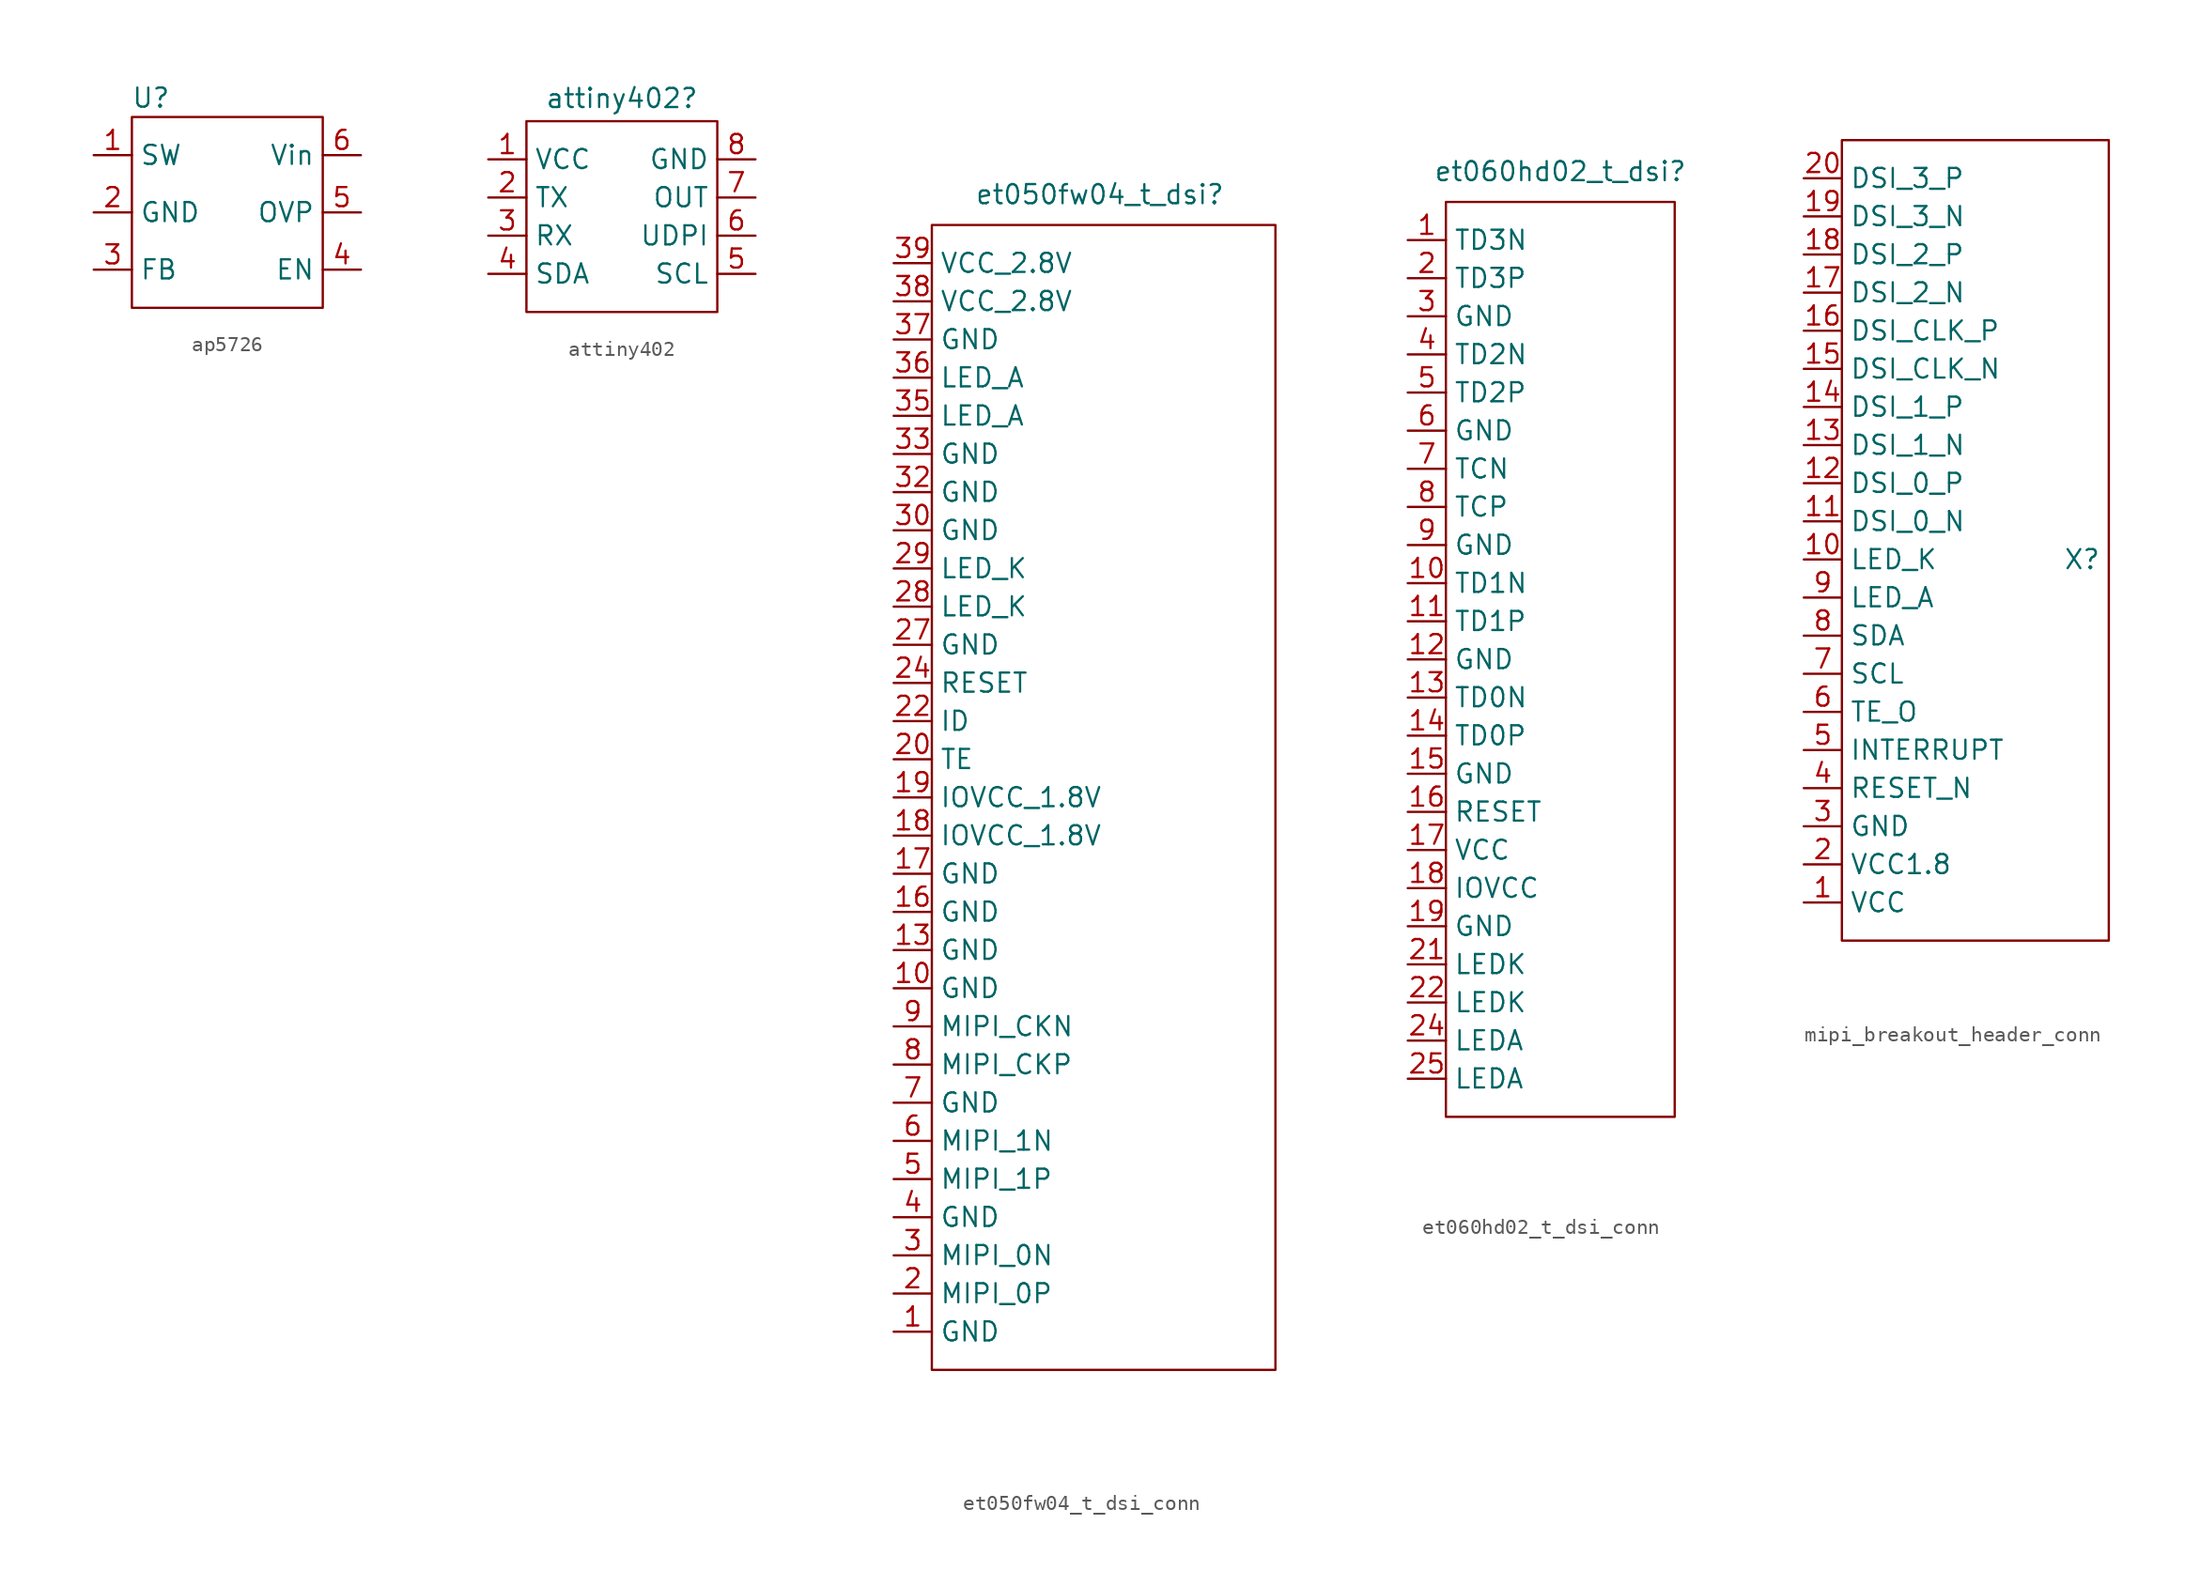
<source format=kicad_sym>
(kicad_symbol_lib
  (version 20241209)
  (generator "kicad_symbol_editor")
  (generator_version "9.0")
  (symbol "ap5726"
    (property "Reference" "U"
      (at 0 0 0)
      (effects (font (size 1.27 1.27))))
    (property "Value" ""
      (at 0 0 0)
      (effects (font (size 1.27 1.27))))
    (symbol "ap5726_0_1"
      (rectangle (start -1.27 -1.27) (end 11.43 -13.97) (stroke (width 0) (type default)) (fill (type none))))
    (symbol "ap5726_1_1"
      (pin input line (at -3.81 -3.81 0) (length 2.54) (name "SW" (effects (font (size 1.27 1.27)))) (number "1" (effects (font (size 1.27 1.27)))))
      (pin power_in line (at -3.81 -7.62 0) (length 2.54) (name "GND" (effects (font (size 1.27 1.27)))) (number "2" (effects (font (size 1.27 1.27)))))
      (pin input line (at -3.81 -11.43 0) (length 2.54) (name "FB" (effects (font (size 1.27 1.27)))) (number "3" (effects (font (size 1.27 1.27)))))
      (pin power_in line (at 13.97 -3.81 180) (length 2.54) (name "Vin" (effects (font (size 1.27 1.27)))) (number "6" (effects (font (size 1.27 1.27)))))
      (pin input line (at 13.97 -7.62 180) (length 2.54) (name "OVP" (effects (font (size 1.27 1.27)))) (number "5" (effects (font (size 1.27 1.27)))))
      (pin input line (at 13.97 -11.43 180) (length 2.54) (name "EN" (effects (font (size 1.27 1.27)))) (number "4" (effects (font (size 1.27 1.27)))))))
  (symbol "attiny402"
    (property "Reference" "attiny402"
      (at 0 7.874 0)
      (effects (font (size 1.27 1.27))))
    (property "Value" ""
      (at 0 0 0)
      (effects (font (size 1.27 1.27))))
    (symbol "attiny402_0_1"
      (rectangle (start -6.35 6.35) (end 6.35 -6.35) (stroke (width 0) (type default)) (fill (type none))))
    (symbol "attiny402_1_1"
      (pin power_in line (at -8.89 3.81 0) (length 2.54) (name "VCC" (effects (font (size 1.27 1.27)))) (number "1" (effects (font (size 1.27 1.27)))))
      (pin output line (at -8.89 1.27 0) (length 2.54) (name "TX" (effects (font (size 1.27 1.27)))) (number "2" (effects (font (size 1.27 1.27)))))
      (pin input line (at -8.89 -1.27 0) (length 2.54) (name "RX" (effects (font (size 1.27 1.27)))) (number "3" (effects (font (size 1.27 1.27)))))
      (pin bidirectional line (at -8.89 -3.81 0) (length 2.54) (name "SDA" (effects (font (size 1.27 1.27)))) (number "4" (effects (font (size 1.27 1.27)))))
      (pin power_in line (at 8.89 3.81 180) (length 2.54) (name "GND" (effects (font (size 1.27 1.27)))) (number "8" (effects (font (size 1.27 1.27)))))
      (pin output line (at 8.89 1.27 180) (length 2.54) (name "OUT" (effects (font (size 1.27 1.27)))) (number "7" (effects (font (size 1.27 1.27)))))
      (pin input line (at 8.89 -1.27 180) (length 2.54) (name "UDPI" (effects (font (size 1.27 1.27)))) (number "6" (effects (font (size 1.27 1.27)))))
      (pin input line (at 8.89 -3.81 180) (length 2.54) (name "SCL" (effects (font (size 1.27 1.27)))) (number "5" (effects (font (size 1.27 1.27)))))))
  (symbol "et050fw04_t_dsi_conn"
    (property "Reference" "et050fw04_t_dsi"
      (at -0.254 40.132 0)
      (effects (font (size 1.27 1.27))))
    (property "Value" ""
      (at 0 1.27 0)
      (effects (font (size 1.27 1.27))))
    (symbol "et050fw04_t_dsi_conn_0_1"
      (rectangle (start -11.43 38.1) (end 11.43 -38.1) (stroke (width 0) (type default)) (fill (type none))))
    (symbol "et050fw04_t_dsi_conn_1_1"
      (pin power_in line (at -13.97 35.56 0) (length 2.54) (name "VCC_2.8V" (effects (font (size 1.27 1.27)))) (number "39" (effects (font (size 1.27 1.27)))))
      (pin power_in line (at -13.97 33.02 0) (length 2.54) (name "VCC_2.8V" (effects (font (size 1.27 1.27)))) (number "38" (effects (font (size 1.27 1.27)))))
      (pin power_in line (at -13.97 30.48 0) (length 2.54) (name "GND" (effects (font (size 1.27 1.27)))) (number "37" (effects (font (size 1.27 1.27)))))
      (pin input line (at -13.97 27.94 0) (length 2.54) (name "LED_A" (effects (font (size 1.27 1.27)))) (number "36" (effects (font (size 1.27 1.27)))))
      (pin input line (at -13.97 25.4 0) (length 2.54) (name "LED_A" (effects (font (size 1.27 1.27)))) (number "35" (effects (font (size 1.27 1.27)))))
      (pin power_in line (at -13.97 22.86 0) (length 2.54) (name "GND" (effects (font (size 1.27 1.27)))) (number "33" (effects (font (size 1.27 1.27)))))
      (pin power_in line (at -13.97 20.32 0) (length 2.54) (name "GND" (effects (font (size 1.27 1.27)))) (number "32" (effects (font (size 1.27 1.27)))))
      (pin power_in line (at -13.97 17.78 0) (length 2.54) (name "GND" (effects (font (size 1.27 1.27)))) (number "30" (effects (font (size 1.27 1.27)))))
      (pin input line (at -13.97 15.24 0) (length 2.54) (name "LED_K" (effects (font (size 1.27 1.27)))) (number "29" (effects (font (size 1.27 1.27)))))
      (pin input line (at -13.97 12.7 0) (length 2.54) (name "LED_K" (effects (font (size 1.27 1.27)))) (number "28" (effects (font (size 1.27 1.27)))))
      (pin power_in line (at -13.97 10.16 0) (length 2.54) (name "GND" (effects (font (size 1.27 1.27)))) (number "27" (effects (font (size 1.27 1.27)))))
      (pin input line (at -13.97 7.62 0) (length 2.54) (name "RESET" (effects (font (size 1.27 1.27)))) (number "24" (effects (font (size 1.27 1.27)))))
      (pin output line (at -13.97 5.08 0) (length 2.54) (name "ID" (effects (font (size 1.27 1.27)))) (number "22" (effects (font (size 1.27 1.27)))))
      (pin output line (at -13.97 2.54 0) (length 2.54) (name "TE" (effects (font (size 1.27 1.27)))) (number "20" (effects (font (size 1.27 1.27)))))
      (pin power_in line (at -13.97 0 0) (length 2.54) (name "IOVCC_1.8V" (effects (font (size 1.27 1.27)))) (number "19" (effects (font (size 1.27 1.27)))))
      (pin power_in line (at -13.97 -2.54 0) (length 2.54) (name "IOVCC_1.8V" (effects (font (size 1.27 1.27)))) (number "18" (effects (font (size 1.27 1.27)))))
      (pin power_in line (at -13.97 -5.08 0) (length 2.54) (name "GND" (effects (font (size 1.27 1.27)))) (number "17" (effects (font (size 1.27 1.27)))))
      (pin power_in line (at -13.97 -7.62 0) (length 2.54) (name "GND" (effects (font (size 1.27 1.27)))) (number "16" (effects (font (size 1.27 1.27)))))
      (pin power_in line (at -13.97 -10.16 0) (length 2.54) (name "GND" (effects (font (size 1.27 1.27)))) (number "13" (effects (font (size 1.27 1.27)))))
      (pin power_in line (at -13.97 -12.7 0) (length 2.54) (name "GND" (effects (font (size 1.27 1.27)))) (number "10" (effects (font (size 1.27 1.27)))))
      (pin output line (at -13.97 -15.24 0) (length 2.54) (name "MIPI_CKN" (effects (font (size 1.27 1.27)))) (number "9" (effects (font (size 1.27 1.27)))))
      (pin output line (at -13.97 -17.78 0) (length 2.54) (name "MIPI_CKP" (effects (font (size 1.27 1.27)))) (number "8" (effects (font (size 1.27 1.27)))))
      (pin power_in line (at -13.97 -20.32 0) (length 2.54) (name "GND" (effects (font (size 1.27 1.27)))) (number "7" (effects (font (size 1.27 1.27)))))
      (pin output line (at -13.97 -22.86 0) (length 2.54) (name "MIPI_1N" (effects (font (size 1.27 1.27)))) (number "6" (effects (font (size 1.27 1.27)))))
      (pin output line (at -13.97 -25.4 0) (length 2.54) (name "MIPI_1P" (effects (font (size 1.27 1.27)))) (number "5" (effects (font (size 1.27 1.27)))))
      (pin power_in line (at -13.97 -27.94 0) (length 2.54) (name "GND" (effects (font (size 1.27 1.27)))) (number "4" (effects (font (size 1.27 1.27)))))
      (pin output line (at -13.97 -30.48 0) (length 2.54) (name "MIPI_0N" (effects (font (size 1.27 1.27)))) (number "3" (effects (font (size 1.27 1.27)))))
      (pin output line (at -13.97 -33.02 0) (length 2.54) (name "MIPI_0P" (effects (font (size 1.27 1.27)))) (number "2" (effects (font (size 1.27 1.27)))))
      (pin power_in line (at -13.97 -35.56 0) (length 2.54) (name "GND" (effects (font (size 1.27 1.27)))) (number "1" (effects (font (size 1.27 1.27)))))))
  (symbol "et060hd02_t_dsi_conn"
    (property "Reference" "et060hd02_t_dsi"
      (at 0 32.512 0)
      (effects (font (size 1.27 1.27))))
    (property "Value" ""
      (at 0 0 0)
      (effects (font (size 1.27 1.27))))
    (symbol "et060hd02_t_dsi_conn_0_1"
      (rectangle (start -7.62 30.48) (end 7.62 -30.48) (stroke (width 0) (type default)) (fill (type none))))
    (symbol "et060hd02_t_dsi_conn_1_1"
      (pin output line (at -10.16 27.94 0) (length 2.54) (name "TD3N" (effects (font (size 1.27 1.27)))) (number "1" (effects (font (size 1.27 1.27)))))
      (pin output line (at -10.16 25.4 0) (length 2.54) (name "TD3P" (effects (font (size 1.27 1.27)))) (number "2" (effects (font (size 1.27 1.27)))))
      (pin power_in line (at -10.16 22.86 0) (length 2.54) (name "GND" (effects (font (size 1.27 1.27)))) (number "3" (effects (font (size 1.27 1.27)))))
      (pin output line (at -10.16 20.32 0) (length 2.54) (name "TD2N" (effects (font (size 1.27 1.27)))) (number "4" (effects (font (size 1.27 1.27)))))
      (pin output line (at -10.16 17.78 0) (length 2.54) (name "TD2P" (effects (font (size 1.27 1.27)))) (number "5" (effects (font (size 1.27 1.27)))))
      (pin power_in line (at -10.16 15.24 0) (length 2.54) (name "GND" (effects (font (size 1.27 1.27)))) (number "6" (effects (font (size 1.27 1.27)))))
      (pin output line (at -10.16 12.7 0) (length 2.54) (name "TCN" (effects (font (size 1.27 1.27)))) (number "7" (effects (font (size 1.27 1.27)))))
      (pin output line (at -10.16 10.16 0) (length 2.54) (name "TCP" (effects (font (size 1.27 1.27)))) (number "8" (effects (font (size 1.27 1.27)))))
      (pin power_in line (at -10.16 7.62 0) (length 2.54) (name "GND" (effects (font (size 1.27 1.27)))) (number "9" (effects (font (size 1.27 1.27)))))
      (pin output line (at -10.16 5.08 0) (length 2.54) (name "TD1N" (effects (font (size 1.27 1.27)))) (number "10" (effects (font (size 1.27 1.27)))))
      (pin output line (at -10.16 2.54 0) (length 2.54) (name "TD1P" (effects (font (size 1.27 1.27)))) (number "11" (effects (font (size 1.27 1.27)))))
      (pin power_in line (at -10.16 0 0) (length 2.54) (name "GND" (effects (font (size 1.27 1.27)))) (number "12" (effects (font (size 1.27 1.27)))))
      (pin output line (at -10.16 -2.54 0) (length 2.54) (name "TD0N" (effects (font (size 1.27 1.27)))) (number "13" (effects (font (size 1.27 1.27)))))
      (pin output line (at -10.16 -5.08 0) (length 2.54) (name "TD0P" (effects (font (size 1.27 1.27)))) (number "14" (effects (font (size 1.27 1.27)))))
      (pin power_in line (at -10.16 -7.62 0) (length 2.54) (name "GND" (effects (font (size 1.27 1.27)))) (number "15" (effects (font (size 1.27 1.27)))))
      (pin input line (at -10.16 -10.16 0) (length 2.54) (name "RESET" (effects (font (size 1.27 1.27)))) (number "16" (effects (font (size 1.27 1.27)))))
      (pin power_in line (at -10.16 -12.7 0) (length 2.54) (name "VCC" (effects (font (size 1.27 1.27)))) (number "17" (effects (font (size 1.27 1.27)))))
      (pin power_in line (at -10.16 -15.24 0) (length 2.54) (name "IOVCC" (effects (font (size 1.27 1.27)))) (number "18" (effects (font (size 1.27 1.27)))))
      (pin power_in line (at -10.16 -17.78 0) (length 2.54) (name "GND" (effects (font (size 1.27 1.27)))) (number "19" (effects (font (size 1.27 1.27)))))
      (pin input line (at -10.16 -20.32 0) (length 2.54) (name "LEDK" (effects (font (size 1.27 1.27)))) (number "21" (effects (font (size 1.27 1.27)))))
      (pin input line (at -10.16 -22.86 0) (length 2.54) (name "LEDK" (effects (font (size 1.27 1.27)))) (number "22" (effects (font (size 1.27 1.27)))))
      (pin input line (at -10.16 -25.4 0) (length 2.54) (name "LEDA" (effects (font (size 1.27 1.27)))) (number "24" (effects (font (size 1.27 1.27)))))
      (pin input line (at -10.16 -27.94 0) (length 2.54) (name "LEDA" (effects (font (size 1.27 1.27)))) (number "25" (effects (font (size 1.27 1.27)))))))
  (symbol "mipi_breakout_header_conn"
    (property "Reference" "X"
      (at 7.112 0 0)
      (effects (font (size 1.27 1.27))))
    (property "Value" ""
      (at 0 0 0)
      (effects (font (size 1.27 1.27))))
    (symbol "mipi_breakout_header_conn_0_1"
      (rectangle (start -8.89 27.94) (end 8.89 -25.4) (stroke (width 0) (type default)) (fill (type none))))
    (symbol "mipi_breakout_header_conn_1_1"
      (pin output line (at -11.43 25.4 0) (length 2.54) (name "DSI_3_P" (effects (font (size 1.27 1.27)))) (number "20" (effects (font (size 1.27 1.27)))))
      (pin output line (at -11.43 22.86 0) (length 2.54) (name "DSI_3_N" (effects (font (size 1.27 1.27)))) (number "19" (effects (font (size 1.27 1.27)))))
      (pin output line (at -11.43 20.32 0) (length 2.54) (name "DSI_2_P" (effects (font (size 1.27 1.27)))) (number "18" (effects (font (size 1.27 1.27)))))
      (pin output line (at -11.43 17.78 0) (length 2.54) (name "DSI_2_N" (effects (font (size 1.27 1.27)))) (number "17" (effects (font (size 1.27 1.27)))))
      (pin output line (at -11.43 15.24 0) (length 2.54) (name "DSI_CLK_P" (effects (font (size 1.27 1.27)))) (number "16" (effects (font (size 1.27 1.27)))))
      (pin output line (at -11.43 12.7 0) (length 2.54) (name "DSI_CLK_N" (effects (font (size 1.27 1.27)))) (number "15" (effects (font (size 1.27 1.27)))))
      (pin output line (at -11.43 10.16 0) (length 2.54) (name "DSI_1_P" (effects (font (size 1.27 1.27)))) (number "14" (effects (font (size 1.27 1.27)))))
      (pin output line (at -11.43 7.62 0) (length 2.54) (name "DSI_1_N" (effects (font (size 1.27 1.27)))) (number "13" (effects (font (size 1.27 1.27)))))
      (pin output line (at -11.43 5.08 0) (length 2.54) (name "DSI_0_P" (effects (font (size 1.27 1.27)))) (number "12" (effects (font (size 1.27 1.27)))))
      (pin output line (at -11.43 2.54 0) (length 2.54) (name "DSI_0_N" (effects (font (size 1.27 1.27)))) (number "11" (effects (font (size 1.27 1.27)))))
      (pin input line (at -11.43 0 0) (length 2.54) (name "LED_K" (effects (font (size 1.27 1.27)))) (number "10" (effects (font (size 1.27 1.27)))))
      (pin input line (at -11.43 -2.54 0) (length 2.54) (name "LED_A" (effects (font (size 1.27 1.27)))) (number "9" (effects (font (size 1.27 1.27)))))
      (pin bidirectional line (at -11.43 -5.08 0) (length 2.54) (name "SDA" (effects (font (size 1.27 1.27)))) (number "8" (effects (font (size 1.27 1.27)))))
      (pin input line (at -11.43 -7.62 0) (length 2.54) (name "SCL" (effects (font (size 1.27 1.27)))) (number "7" (effects (font (size 1.27 1.27)))))
      (pin output line (at -11.43 -10.16 0) (length 2.54) (name "TE_O" (effects (font (size 1.27 1.27)))) (number "6" (effects (font (size 1.27 1.27)))))
      (pin output line (at -11.43 -12.7 0) (length 2.54) (name "INTERRUPT" (effects (font (size 1.27 1.27)))) (number "5" (effects (font (size 1.27 1.27)))))
      (pin input line (at -11.43 -15.24 0) (length 2.54) (name "RESET_N" (effects (font (size 1.27 1.27)))) (number "4" (effects (font (size 1.27 1.27)))))
      (pin power_in line (at -11.43 -17.78 0) (length 2.54) (name "GND" (effects (font (size 1.27 1.27)))) (number "3" (effects (font (size 1.27 1.27)))))
      (pin power_in line (at -11.43 -20.32 0) (length 2.54) (name "VCC1.8" (effects (font (size 1.27 1.27)))) (number "2" (effects (font (size 1.27 1.27)))))
      (pin power_in line (at -11.43 -22.86 0) (length 2.54) (name "VCC" (effects (font (size 1.27 1.27)))) (number "1" (effects (font (size 1.27 1.27))))))))
</source>
